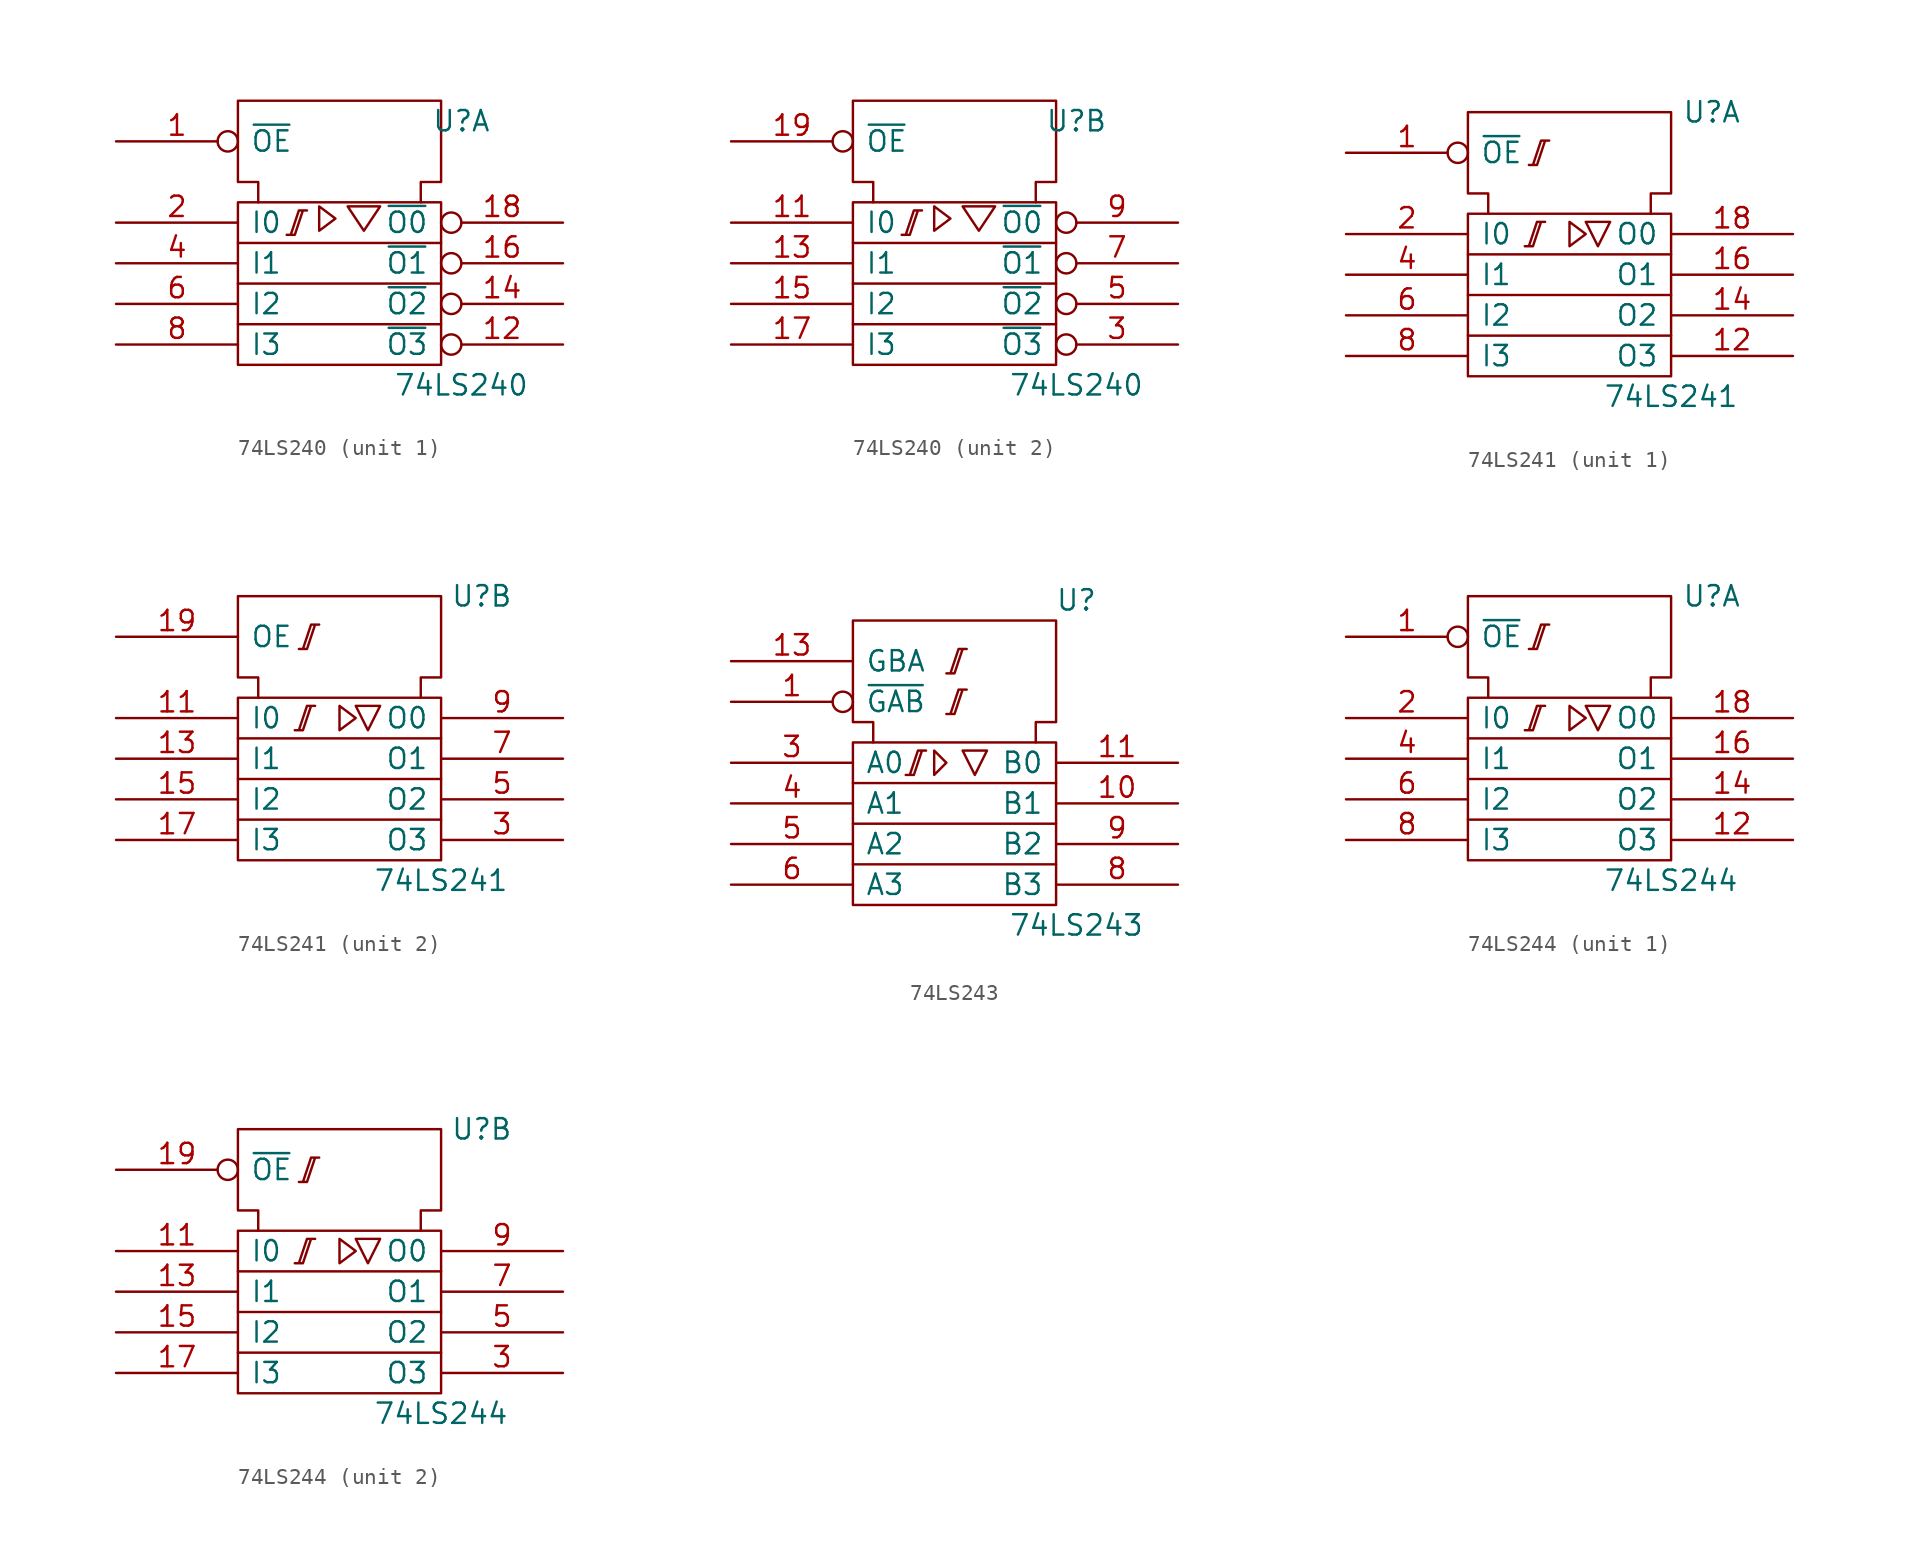
<source format=kicad_sym>
(kicad_symbol_lib
  (version 20211014)
  (generator kicad_symbol_editor)
  (symbol "74LS240"
    (pin_names
      (offset 0.762))
    (property "Reference" "U"
      (at 7.62 8.89 0)
      (effects (font (size 1.27 1.27))))
    (property "Value" "74LS240"
      (at 7.62 -7.62 0)
      (effects (font (size 1.27 1.27))))
    (symbol "74LS240_0_0"
      (polyline (pts (xy -1.27 3.556) (xy -1.27 2.032) (xy -0.254 2.794) (xy -1.27 3.556) (xy -1.27 3.556)) (stroke (width 0) (type default) (color 0 0 0 0)) (fill (type none)))
      (polyline (pts (xy 0.762 3.556) (xy 2.54 3.556) (xy 1.524 2.032) (xy 0.508 3.556) (xy 0.762 3.556) (xy 0.762 3.556)) (stroke (width 0) (type default) (color 0 0 0 0)) (fill (type none))))
    (symbol "74LS240_0_1"
      (rectangle (start -6.35 3.81) (end 6.35 -6.35) (stroke (width 0) (type default) (color 0 0 0 0)) (fill (type none)))
      (polyline (pts (xy -6.35 -3.81) (xy 6.35 -3.81) (xy 6.35 -3.81)) (stroke (width 0) (type default) (color 0 0 0 0)) (fill (type none)))
      (polyline (pts (xy -6.35 -1.27) (xy 6.35 -1.27) (xy 6.35 -1.27)) (stroke (width 0) (type default) (color 0 0 0 0)) (fill (type none)))
      (polyline (pts (xy -6.35 1.27) (xy 6.35 1.27) (xy 6.35 1.27)) (stroke (width 0) (type default) (color 0 0 0 0)) (fill (type none)))
      (polyline (pts (xy -3.302 1.778) (xy -2.794 1.778) (xy -2.286 3.302) (xy -2.032 3.302) (xy -2.54 3.302) (xy -3.048 1.778) (xy -3.048 1.778)) (stroke (width 0) (type default) (color 0 0 0 0)) (fill (type none)))
      (polyline (pts (xy -5.08 3.81) (xy -5.08 5.08) (xy -6.35 5.08) (xy -6.35 10.16) (xy 6.35 10.16) (xy 6.35 5.08) (xy 5.08 5.08) (xy 5.08 3.81) (xy 5.08 3.81)) (stroke (width 0) (type default) (color 0 0 0 0)) (fill (type none)))
      (pin power_in line (at 1.27 10.16 270) (length 0) hide (name "GND" (effects (font (size 1.27 1.27)))) (number "10" (effects (font (size 1.27 1.27)))))
      (pin power_in line (at 5.08 10.16 270) (length 0) hide (name "VCC" (effects (font (size 1.27 1.27)))) (number "20" (effects (font (size 1.27 1.27))))))
    (symbol "74LS240_1_1"
      (pin input inverted (at -13.97 7.62 0) (length 7.62) (name "~{OE}" (effects (font (size 1.27 1.27)))) (number "1" (effects (font (size 1.27 1.27)))))
      (pin tri_state inverted (at 13.97 -5.08 180) (length 7.62) (name "~{O3}" (effects (font (size 1.27 1.27)))) (number "12" (effects (font (size 1.27 1.27)))))
      (pin tri_state inverted (at 13.97 -2.54 180) (length 7.62) (name "~{O2}" (effects (font (size 1.27 1.27)))) (number "14" (effects (font (size 1.27 1.27)))))
      (pin tri_state inverted (at 13.97 0 180) (length 7.62) (name "~{O1}" (effects (font (size 1.27 1.27)))) (number "16" (effects (font (size 1.27 1.27)))))
      (pin tri_state inverted (at 13.97 2.54 180) (length 7.62) (name "~{O0}" (effects (font (size 1.27 1.27)))) (number "18" (effects (font (size 1.27 1.27)))))
      (pin input line (at -13.97 2.54 0) (length 7.62) (name "I0" (effects (font (size 1.27 1.27)))) (number "2" (effects (font (size 1.27 1.27)))))
      (pin input line (at -13.97 0 0) (length 7.62) (name "I1" (effects (font (size 1.27 1.27)))) (number "4" (effects (font (size 1.27 1.27)))))
      (pin input line (at -13.97 -2.54 0) (length 7.62) (name "I2" (effects (font (size 1.27 1.27)))) (number "6" (effects (font (size 1.27 1.27)))))
      (pin input line (at -13.97 -5.08 0) (length 7.62) (name "I3" (effects (font (size 1.27 1.27)))) (number "8" (effects (font (size 1.27 1.27))))))
    (symbol "74LS240_2_1"
      (pin input line (at -13.97 2.54 0) (length 7.62) (name "I0" (effects (font (size 1.27 1.27)))) (number "11" (effects (font (size 1.27 1.27)))))
      (pin input line (at -13.97 0 0) (length 7.62) (name "I1" (effects (font (size 1.27 1.27)))) (number "13" (effects (font (size 1.27 1.27)))))
      (pin input line (at -13.97 -2.54 0) (length 7.62) (name "I2" (effects (font (size 1.27 1.27)))) (number "15" (effects (font (size 1.27 1.27)))))
      (pin input line (at -13.97 -5.08 0) (length 7.62) (name "I3" (effects (font (size 1.27 1.27)))) (number "17" (effects (font (size 1.27 1.27)))))
      (pin input inverted (at -13.97 7.62 0) (length 7.62) (name "~{OE}" (effects (font (size 1.27 1.27)))) (number "19" (effects (font (size 1.27 1.27)))))
      (pin tri_state inverted (at 13.97 -5.08 180) (length 7.62) (name "~{O3}" (effects (font (size 1.27 1.27)))) (number "3" (effects (font (size 1.27 1.27)))))
      (pin tri_state inverted (at 13.97 -2.54 180) (length 7.62) (name "~{O2}" (effects (font (size 1.27 1.27)))) (number "5" (effects (font (size 1.27 1.27)))))
      (pin tri_state inverted (at 13.97 0 180) (length 7.62) (name "~{O1}" (effects (font (size 1.27 1.27)))) (number "7" (effects (font (size 1.27 1.27)))))
      (pin tri_state inverted (at 13.97 2.54 180) (length 7.62) (name "~{O0}" (effects (font (size 1.27 1.27)))) (number "9" (effects (font (size 1.27 1.27)))))))
  (symbol "74LS241"
    (pin_names
      (offset 0.762))
    (property "Reference" "U"
      (at 8.89 10.16 0)
      (effects (font (size 1.27 1.27))))
    (property "Value" "74LS241"
      (at 6.35 -7.62 0)
      (effects (font (size 1.27 1.27))))
    (symbol "74LS241_0_0"
      (polyline (pts (xy 1.016 3.302) (xy 2.54 3.302) (xy 1.778 1.778) (xy 1.016 3.302) (xy 1.016 3.302)) (stroke (width 0) (type default) (color 0 0 0 0)) (fill (type none)))
      (pin power_in line (at 1.27 10.16 270) (length 0) hide (name "GND" (effects (font (size 1.27 1.27)))) (number "10" (effects (font (size 1.27 1.27)))))
      (pin power_in line (at 5.08 10.16 270) (length 0) hide (name "VCC" (effects (font (size 1.27 1.27)))) (number "20" (effects (font (size 1.27 1.27))))))
    (symbol "74LS241_0_1"
      (rectangle (start -6.35 3.81) (end 6.35 -6.35) (stroke (width 0) (type default) (color 0 0 0 0)) (fill (type none)))
      (polyline (pts (xy -6.35 -1.27) (xy 6.35 -1.27) (xy 6.35 -1.27)) (stroke (width 0) (type default) (color 0 0 0 0)) (fill (type none)))
      (polyline (pts (xy 6.35 -3.81) (xy -6.35 -3.81) (xy -6.35 -3.81)) (stroke (width 0) (type default) (color 0 0 0 0)) (fill (type none)))
      (polyline (pts (xy 6.35 1.27) (xy -6.35 1.27) (xy -6.35 1.27)) (stroke (width 0) (type default) (color 0 0 0 0)) (fill (type none)))
      (polyline (pts (xy 0 3.302) (xy 0 1.778) (xy 1.016 2.54) (xy 0 3.302) (xy 0 3.302)) (stroke (width 0) (type default) (color 0 0 0 0)) (fill (type none)))
      (polyline (pts (xy -2.794 1.778) (xy -2.286 1.778) (xy -1.778 3.302) (xy -1.524 3.302) (xy -2.032 3.302) (xy -2.54 1.778) (xy -2.54 1.778)) (stroke (width 0) (type default) (color 0 0 0 0)) (fill (type none)))
      (polyline (pts (xy -2.54 6.858) (xy -2.032 6.858) (xy -1.524 8.382) (xy -1.27 8.382) (xy -1.778 8.382) (xy -2.286 6.858) (xy -2.286 6.858)) (stroke (width 0) (type default) (color 0 0 0 0)) (fill (type none)))
      (polyline (pts (xy -5.08 3.81) (xy -5.08 5.08) (xy -6.35 5.08) (xy -6.35 10.16) (xy 6.35 10.16) (xy 6.35 5.08) (xy 5.08 5.08) (xy 5.08 3.81) (xy 5.08 3.81)) (stroke (width 0) (type default) (color 0 0 0 0)) (fill (type none))))
    (symbol "74LS241_1_1"
      (pin input inverted (at -13.97 7.62 0) (length 7.62) (name "~{OE}" (effects (font (size 1.27 1.27)))) (number "1" (effects (font (size 1.27 1.27)))))
      (pin tri_state line (at 13.97 -5.08 180) (length 7.62) (name "O3" (effects (font (size 1.27 1.27)))) (number "12" (effects (font (size 1.27 1.27)))))
      (pin tri_state line (at 13.97 -2.54 180) (length 7.62) (name "O2" (effects (font (size 1.27 1.27)))) (number "14" (effects (font (size 1.27 1.27)))))
      (pin tri_state line (at 13.97 0 180) (length 7.62) (name "O1" (effects (font (size 1.27 1.27)))) (number "16" (effects (font (size 1.27 1.27)))))
      (pin tri_state line (at 13.97 2.54 180) (length 7.62) (name "O0" (effects (font (size 1.27 1.27)))) (number "18" (effects (font (size 1.27 1.27)))))
      (pin input line (at -13.97 2.54 0) (length 7.62) (name "I0" (effects (font (size 1.27 1.27)))) (number "2" (effects (font (size 1.27 1.27)))))
      (pin input line (at -13.97 0 0) (length 7.62) (name "I1" (effects (font (size 1.27 1.27)))) (number "4" (effects (font (size 1.27 1.27)))))
      (pin input line (at -13.97 -2.54 0) (length 7.62) (name "I2" (effects (font (size 1.27 1.27)))) (number "6" (effects (font (size 1.27 1.27)))))
      (pin input line (at -13.97 -5.08 0) (length 7.62) (name "I3" (effects (font (size 1.27 1.27)))) (number "8" (effects (font (size 1.27 1.27))))))
    (symbol "74LS241_2_1"
      (pin input line (at -13.97 2.54 0) (length 7.62) (name "I0" (effects (font (size 1.27 1.27)))) (number "11" (effects (font (size 1.27 1.27)))))
      (pin input line (at -13.97 0 0) (length 7.62) (name "I1" (effects (font (size 1.27 1.27)))) (number "13" (effects (font (size 1.27 1.27)))))
      (pin input line (at -13.97 -2.54 0) (length 7.62) (name "I2" (effects (font (size 1.27 1.27)))) (number "15" (effects (font (size 1.27 1.27)))))
      (pin input line (at -13.97 -5.08 0) (length 7.62) (name "I3" (effects (font (size 1.27 1.27)))) (number "17" (effects (font (size 1.27 1.27)))))
      (pin input line (at -13.97 7.62 0) (length 7.62) (name "OE" (effects (font (size 1.27 1.27)))) (number "19" (effects (font (size 1.27 1.27)))))
      (pin tri_state line (at 13.97 -5.08 180) (length 7.62) (name "O3" (effects (font (size 1.27 1.27)))) (number "3" (effects (font (size 1.27 1.27)))))
      (pin tri_state line (at 13.97 -2.54 180) (length 7.62) (name "O2" (effects (font (size 1.27 1.27)))) (number "5" (effects (font (size 1.27 1.27)))))
      (pin tri_state line (at 13.97 0 180) (length 7.62) (name "O1" (effects (font (size 1.27 1.27)))) (number "7" (effects (font (size 1.27 1.27)))))
      (pin tri_state line (at 13.97 2.54 180) (length 7.62) (name "O0" (effects (font (size 1.27 1.27)))) (number "9" (effects (font (size 1.27 1.27)))))))
  (symbol "74LS243"
    (pin_names
      (offset 0.762))
    (property "Reference" "U"
      (at 7.62 12.7 0)
      (effects (font (size 1.27 1.27))))
    (property "Value" "74LS243"
      (at 7.62 -7.62 0)
      (effects (font (size 1.27 1.27))))
    (symbol "74LS243_0_0"
      (pin power_in line (at 5.08 11.43 270) (length 0) hide (name "VCC" (effects (font (size 1.27 1.27)))) (number "14" (effects (font (size 1.27 1.27)))))
      (pin power_in line (at 1.27 11.43 270) (length 0) hide (name "GND" (effects (font (size 1.27 1.27)))) (number "7" (effects (font (size 1.27 1.27))))))
    (symbol "74LS243_0_1"
      (rectangle (start -6.35 3.81) (end 6.35 -6.35) (stroke (width 0) (type default) (color 0 0 0 0)) (fill (type none)))
      (polyline (pts (xy -6.35 -3.81) (xy 6.35 -3.81) (xy 6.35 -3.81)) (stroke (width 0) (type default) (color 0 0 0 0)) (fill (type none)))
      (polyline (pts (xy -6.35 -1.27) (xy 6.35 -1.27) (xy 6.35 -1.27)) (stroke (width 0) (type default) (color 0 0 0 0)) (fill (type none)))
      (polyline (pts (xy -6.35 1.27) (xy 6.35 1.27) (xy 6.35 1.27)) (stroke (width 0) (type default) (color 0 0 0 0)) (fill (type none)))
      (polyline (pts (xy -1.27 3.302) (xy -1.27 1.778) (xy -0.508 2.54) (xy -1.27 3.302) (xy -1.27 3.302)) (stroke (width 0) (type default) (color 0 0 0 0)) (fill (type none)))
      (polyline (pts (xy 0.508 3.302) (xy 2.032 3.302) (xy 1.27 1.778) (xy 0.508 3.302) (xy 0.508 3.302)) (stroke (width 0) (type default) (color 0 0 0 0)) (fill (type none)))
      (polyline (pts (xy -3.048 1.778) (xy -2.54 1.778) (xy -2.032 3.302) (xy -1.778 3.302) (xy -2.286 3.302) (xy -2.794 1.778) (xy -2.794 1.778)) (stroke (width 0) (type default) (color 0 0 0 0)) (fill (type none)))
      (polyline (pts (xy -0.508 5.588) (xy 0 5.588) (xy 0.508 7.112) (xy 0.762 7.112) (xy 0.254 7.112) (xy -0.254 5.588) (xy -0.254 5.588)) (stroke (width 0) (type default) (color 0 0 0 0)) (fill (type none)))
      (polyline (pts (xy -0.508 8.128) (xy 0 8.128) (xy 0.508 9.652) (xy 0.762 9.652) (xy 0.254 9.652) (xy -0.254 8.128) (xy -0.254 8.128)) (stroke (width 0) (type default) (color 0 0 0 0)) (fill (type none)))
      (polyline (pts (xy -5.08 3.81) (xy -5.08 5.08) (xy -6.35 5.08) (xy -6.35 11.43) (xy 6.35 11.43) (xy 6.35 5.08) (xy 5.08 5.08) (xy 5.08 3.81) (xy 5.08 3.81)) (stroke (width 0) (type default) (color 0 0 0 0)) (fill (type none))))
    (symbol "74LS243_1_1"
      (pin input inverted (at -13.97 6.35 0) (length 7.62) (name "~{GAB}" (effects (font (size 1.27 1.27)))) (number "1" (effects (font (size 1.27 1.27)))))
      (pin tri_state line (at 13.97 0 180) (length 7.62) (name "B1" (effects (font (size 1.27 1.27)))) (number "10" (effects (font (size 1.27 1.27)))))
      (pin tri_state line (at 13.97 2.54 180) (length 7.62) (name "B0" (effects (font (size 1.27 1.27)))) (number "11" (effects (font (size 1.27 1.27)))))
      (pin input line (at -13.97 8.89 0) (length 7.62) (name "GBA" (effects (font (size 1.27 1.27)))) (number "13" (effects (font (size 1.27 1.27)))))
      (pin input line (at -13.97 2.54 0) (length 7.62) (name "A0" (effects (font (size 1.27 1.27)))) (number "3" (effects (font (size 1.27 1.27)))))
      (pin input line (at -13.97 0 0) (length 7.62) (name "A1" (effects (font (size 1.27 1.27)))) (number "4" (effects (font (size 1.27 1.27)))))
      (pin input line (at -13.97 -2.54 0) (length 7.62) (name "A2" (effects (font (size 1.27 1.27)))) (number "5" (effects (font (size 1.27 1.27)))))
      (pin input line (at -13.97 -5.08 0) (length 7.62) (name "A3" (effects (font (size 1.27 1.27)))) (number "6" (effects (font (size 1.27 1.27)))))
      (pin tri_state line (at 13.97 -5.08 180) (length 7.62) (name "B3" (effects (font (size 1.27 1.27)))) (number "8" (effects (font (size 1.27 1.27)))))
      (pin tri_state line (at 13.97 -2.54 180) (length 7.62) (name "B2" (effects (font (size 1.27 1.27)))) (number "9" (effects (font (size 1.27 1.27)))))))
  (symbol "74LS244"
    (pin_names
      (offset 0.762))
    (property "Reference" "U"
      (at 8.89 10.16 0)
      (effects (font (size 1.27 1.27))))
    (property "Value" "74LS244"
      (at 6.35 -7.62 0)
      (effects (font (size 1.27 1.27))))
    (symbol "74LS244_0_0"
      (polyline (pts (xy 1.016 3.302) (xy 2.54 3.302) (xy 1.778 1.778) (xy 1.016 3.302) (xy 1.016 3.302)) (stroke (width 0) (type default) (color 0 0 0 0)) (fill (type none)))
      (pin power_in line (at 1.27 10.16 270) (length 0) hide (name "GND" (effects (font (size 1.27 1.27)))) (number "10" (effects (font (size 1.27 1.27)))))
      (pin power_in line (at 5.08 10.16 270) (length 0) hide (name "VCC" (effects (font (size 1.27 1.27)))) (number "20" (effects (font (size 1.27 1.27))))))
    (symbol "74LS244_0_1"
      (rectangle (start -6.35 3.81) (end 6.35 -6.35) (stroke (width 0) (type default) (color 0 0 0 0)) (fill (type none)))
      (polyline (pts (xy -6.35 -1.27) (xy 6.35 -1.27) (xy 6.35 -1.27)) (stroke (width 0) (type default) (color 0 0 0 0)) (fill (type none)))
      (polyline (pts (xy 6.35 -3.81) (xy -6.35 -3.81) (xy -6.35 -3.81)) (stroke (width 0) (type default) (color 0 0 0 0)) (fill (type none)))
      (polyline (pts (xy 6.35 1.27) (xy -6.35 1.27) (xy -6.35 1.27)) (stroke (width 0) (type default) (color 0 0 0 0)) (fill (type none)))
      (polyline (pts (xy 0 3.302) (xy 0 1.778) (xy 1.016 2.54) (xy 0 3.302) (xy 0 3.302)) (stroke (width 0) (type default) (color 0 0 0 0)) (fill (type none)))
      (polyline (pts (xy -2.794 1.778) (xy -2.286 1.778) (xy -1.778 3.302) (xy -1.524 3.302) (xy -2.032 3.302) (xy -2.54 1.778) (xy -2.54 1.778)) (stroke (width 0) (type default) (color 0 0 0 0)) (fill (type none)))
      (polyline (pts (xy -2.54 6.858) (xy -2.032 6.858) (xy -1.524 8.382) (xy -1.27 8.382) (xy -1.778 8.382) (xy -2.286 6.858) (xy -2.286 6.858)) (stroke (width 0) (type default) (color 0 0 0 0)) (fill (type none)))
      (polyline (pts (xy -5.08 3.81) (xy -5.08 5.08) (xy -6.35 5.08) (xy -6.35 10.16) (xy 6.35 10.16) (xy 6.35 5.08) (xy 5.08 5.08) (xy 5.08 3.81) (xy 5.08 3.81)) (stroke (width 0) (type default) (color 0 0 0 0)) (fill (type none))))
    (symbol "74LS244_1_1"
      (pin input inverted (at -13.97 7.62 0) (length 7.62) (name "~{OE}" (effects (font (size 1.27 1.27)))) (number "1" (effects (font (size 1.27 1.27)))))
      (pin tri_state line (at 13.97 -5.08 180) (length 7.62) (name "O3" (effects (font (size 1.27 1.27)))) (number "12" (effects (font (size 1.27 1.27)))))
      (pin tri_state line (at 13.97 -2.54 180) (length 7.62) (name "O2" (effects (font (size 1.27 1.27)))) (number "14" (effects (font (size 1.27 1.27)))))
      (pin tri_state line (at 13.97 0 180) (length 7.62) (name "O1" (effects (font (size 1.27 1.27)))) (number "16" (effects (font (size 1.27 1.27)))))
      (pin tri_state line (at 13.97 2.54 180) (length 7.62) (name "O0" (effects (font (size 1.27 1.27)))) (number "18" (effects (font (size 1.27 1.27)))))
      (pin input line (at -13.97 2.54 0) (length 7.62) (name "I0" (effects (font (size 1.27 1.27)))) (number "2" (effects (font (size 1.27 1.27)))))
      (pin input line (at -13.97 0 0) (length 7.62) (name "I1" (effects (font (size 1.27 1.27)))) (number "4" (effects (font (size 1.27 1.27)))))
      (pin input line (at -13.97 -2.54 0) (length 7.62) (name "I2" (effects (font (size 1.27 1.27)))) (number "6" (effects (font (size 1.27 1.27)))))
      (pin input line (at -13.97 -5.08 0) (length 7.62) (name "I3" (effects (font (size 1.27 1.27)))) (number "8" (effects (font (size 1.27 1.27))))))
    (symbol "74LS244_2_1"
      (pin input line (at -13.97 2.54 0) (length 7.62) (name "I0" (effects (font (size 1.27 1.27)))) (number "11" (effects (font (size 1.27 1.27)))))
      (pin input line (at -13.97 0 0) (length 7.62) (name "I1" (effects (font (size 1.27 1.27)))) (number "13" (effects (font (size 1.27 1.27)))))
      (pin input line (at -13.97 -2.54 0) (length 7.62) (name "I2" (effects (font (size 1.27 1.27)))) (number "15" (effects (font (size 1.27 1.27)))))
      (pin input line (at -13.97 -5.08 0) (length 7.62) (name "I3" (effects (font (size 1.27 1.27)))) (number "17" (effects (font (size 1.27 1.27)))))
      (pin input inverted (at -13.97 7.62 0) (length 7.62) (name "~{OE}" (effects (font (size 1.27 1.27)))) (number "19" (effects (font (size 1.27 1.27)))))
      (pin tri_state line (at 13.97 -5.08 180) (length 7.62) (name "O3" (effects (font (size 1.27 1.27)))) (number "3" (effects (font (size 1.27 1.27)))))
      (pin tri_state line (at 13.97 -2.54 180) (length 7.62) (name "O2" (effects (font (size 1.27 1.27)))) (number "5" (effects (font (size 1.27 1.27)))))
      (pin tri_state line (at 13.97 0 180) (length 7.62) (name "O1" (effects (font (size 1.27 1.27)))) (number "7" (effects (font (size 1.27 1.27)))))
      (pin tri_state line (at 13.97 2.54 180) (length 7.62) (name "O0" (effects (font (size 1.27 1.27)))) (number "9" (effects (font (size 1.27 1.27))))))))
</source>
